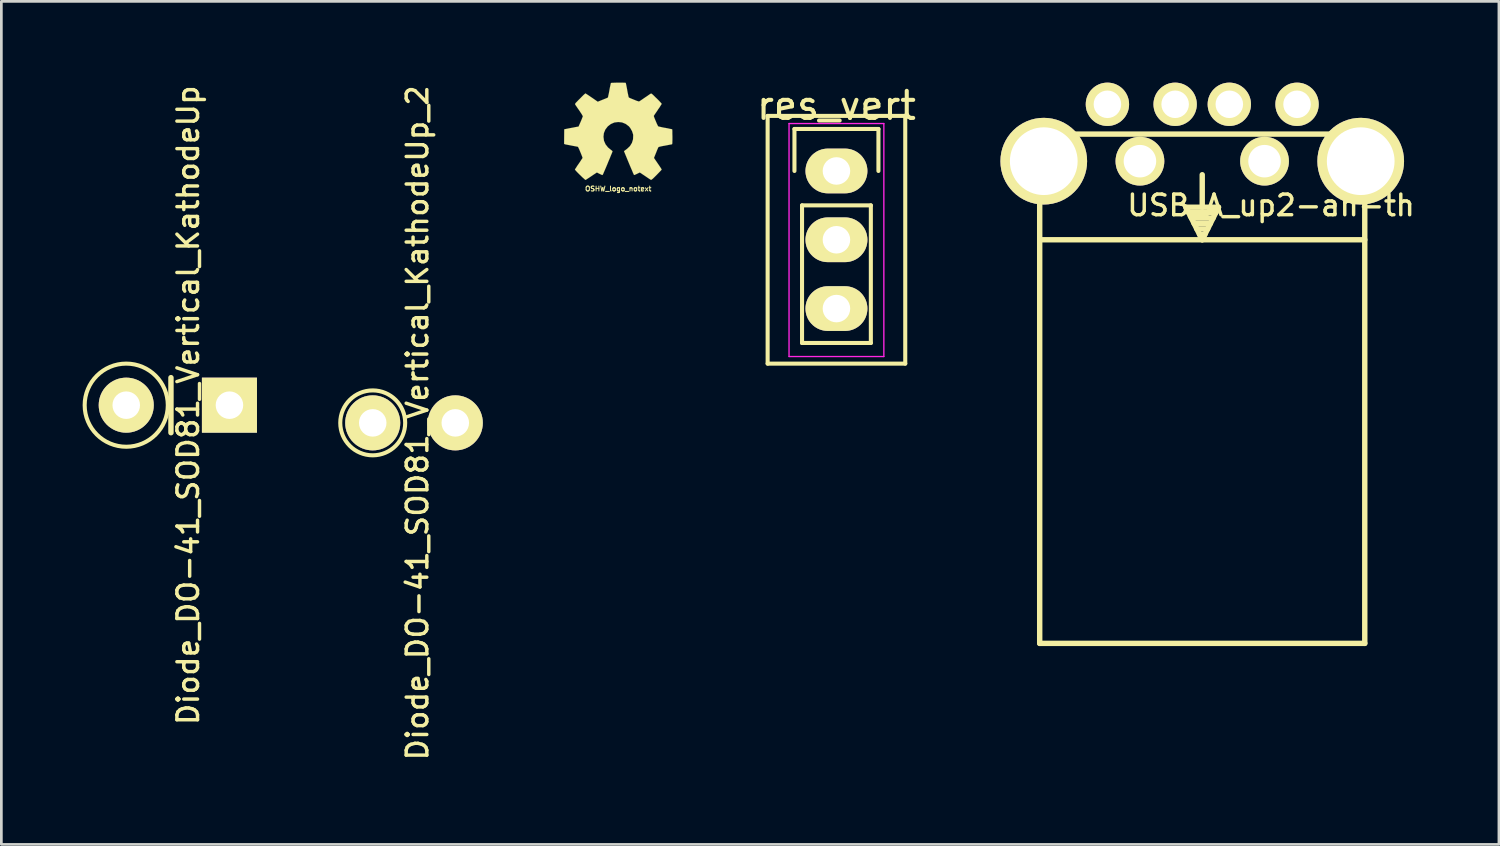
<source format=kicad_pcb>
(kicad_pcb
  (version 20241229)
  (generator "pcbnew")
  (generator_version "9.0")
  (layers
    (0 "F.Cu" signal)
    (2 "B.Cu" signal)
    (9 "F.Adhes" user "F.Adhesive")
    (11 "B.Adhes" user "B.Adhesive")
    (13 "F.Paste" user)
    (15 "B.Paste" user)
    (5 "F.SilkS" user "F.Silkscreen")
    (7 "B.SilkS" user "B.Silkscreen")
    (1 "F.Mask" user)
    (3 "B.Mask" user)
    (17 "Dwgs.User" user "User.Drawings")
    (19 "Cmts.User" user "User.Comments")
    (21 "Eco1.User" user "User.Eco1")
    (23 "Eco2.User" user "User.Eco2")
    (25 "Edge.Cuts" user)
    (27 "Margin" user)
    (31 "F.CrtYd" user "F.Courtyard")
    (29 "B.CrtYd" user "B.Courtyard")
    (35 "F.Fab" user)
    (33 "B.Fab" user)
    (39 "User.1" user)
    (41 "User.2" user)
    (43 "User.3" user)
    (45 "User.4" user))
  (footprint "OSHW_logo_notext"
    (layer "F.Cu")
    (at 19.773 1.797)
    (property "Reference" "OSHW_logo_notext" (at 0 2.121 0) (layer "F.SilkS") (effects (font (size 0.18 0.18) (thickness 0.036))))
    (attr through_hole)
    (fp_poly (pts (xy -1.212 1.796) (xy -1.191 1.786) (xy -1.143 1.755) (xy -1.077 1.712) (xy -0.998 1.659) (xy -0.919 1.605) (xy -0.853 1.562) (xy -0.808 1.532) (xy -0.79 1.521) (xy -0.78 1.524) (xy -0.742 1.544) (xy -0.686 1.572) (xy -0.655 1.587) (xy -0.605 1.61) (xy -0.579 1.615) (xy -0.577 1.608) (xy -0.556 1.57) (xy -0.528 1.504) (xy -0.49 1.417) (xy -0.447 1.316) (xy -0.401 1.206) (xy -0.356 1.095) (xy -0.31 0.988) (xy -0.272 0.892) (xy -0.239 0.815) (xy -0.218 0.759) (xy -0.211 0.737) (xy -0.213 0.732) (xy -0.239 0.709) (xy -0.282 0.676) (xy -0.378 0.597) (xy -0.47 0.48) (xy -0.528 0.348) (xy -0.546 0.201) (xy -0.531 0.066) (xy -0.478 -0.064) (xy -0.386 -0.183) (xy -0.274 -0.269) (xy -0.145 -0.325) (xy 0 -0.343) (xy 0.14 -0.328) (xy 0.272 -0.274) (xy 0.391 -0.185) (xy 0.439 -0.127) (xy 0.508 -0.008) (xy 0.549 0.119) (xy 0.551 0.15) (xy 0.546 0.292) (xy 0.505 0.427) (xy 0.432 0.546) (xy 0.328 0.645) (xy 0.315 0.655) (xy 0.267 0.691) (xy 0.236 0.714) (xy 0.211 0.734) (xy 0.389 1.166) (xy 0.417 1.234) (xy 0.467 1.351) (xy 0.511 1.453) (xy 0.544 1.534) (xy 0.569 1.587) (xy 0.579 1.61) (xy 0.594 1.613) (xy 0.627 1.6) (xy 0.688 1.572) (xy 0.729 1.552) (xy 0.775 1.529) (xy 0.795 1.521) (xy 0.813 1.532) (xy 0.856 1.56) (xy 0.919 1.603) (xy 0.996 1.654) (xy 1.069 1.704) (xy 1.138 1.75) (xy 1.186 1.781) (xy 1.212 1.793) (xy 1.214 1.793) (xy 1.234 1.781) (xy 1.275 1.75) (xy 1.333 1.694) (xy 1.415 1.613) (xy 1.427 1.6) (xy 1.496 1.529) (xy 1.552 1.471) (xy 1.59 1.43) (xy 1.603 1.412) (xy 1.59 1.387) (xy 1.56 1.339) (xy 1.514 1.27) (xy 1.46 1.191) (xy 1.318 0.983) (xy 1.397 0.787) (xy 1.42 0.729) (xy 1.45 0.655) (xy 1.473 0.605) (xy 1.486 0.582) (xy 1.506 0.574) (xy 1.56 0.561) (xy 1.638 0.544) (xy 1.73 0.528) (xy 1.819 0.511) (xy 1.897 0.495) (xy 1.956 0.485) (xy 1.981 0.48) (xy 1.986 0.475) (xy 1.991 0.462) (xy 1.996 0.437) (xy 1.996 0.389) (xy 1.999 0.312) (xy 1.999 0.201) (xy 1.999 0.191) (xy 1.996 0.084) (xy 1.996 0) (xy 1.994 -0.053) (xy 1.989 -0.074) (xy 1.963 -0.081) (xy 1.908 -0.091) (xy 1.829 -0.109) (xy 1.732 -0.127) (xy 1.727 -0.127) (xy 1.633 -0.145) (xy 1.554 -0.163) (xy 1.499 -0.175) (xy 1.476 -0.183) (xy 1.471 -0.188) (xy 1.45 -0.226) (xy 1.422 -0.284) (xy 1.392 -0.356) (xy 1.361 -0.429) (xy 1.333 -0.498) (xy 1.316 -0.546) (xy 1.311 -0.569) (xy 1.326 -0.592) (xy 1.359 -0.643) (xy 1.405 -0.709) (xy 1.46 -0.79) (xy 1.463 -0.798) (xy 1.519 -0.876) (xy 1.562 -0.945) (xy 1.593 -0.993) (xy 1.603 -1.013) (xy 1.603 -1.016) (xy 1.585 -1.039) (xy 1.544 -1.085) (xy 1.486 -1.146) (xy 1.415 -1.217) (xy 1.392 -1.237) (xy 1.316 -1.313) (xy 1.262 -1.364) (xy 1.227 -1.389) (xy 1.212 -1.397) (xy 1.212 -1.394) (xy 1.186 -1.382) (xy 1.135 -1.349) (xy 1.067 -1.3) (xy 0.986 -1.247) (xy 0.98 -1.242) (xy 0.902 -1.189) (xy 0.836 -1.143) (xy 0.787 -1.113) (xy 0.767 -1.1) (xy 0.762 -1.1) (xy 0.732 -1.11) (xy 0.673 -1.128) (xy 0.605 -1.156) (xy 0.531 -1.186) (xy 0.462 -1.214) (xy 0.411 -1.237) (xy 0.389 -1.25) (xy 0.389 -1.252) (xy 0.378 -1.28) (xy 0.366 -1.341) (xy 0.348 -1.422) (xy 0.33 -1.521) (xy 0.328 -1.537) (xy 0.31 -1.631) (xy 0.295 -1.709) (xy 0.282 -1.765) (xy 0.277 -1.788) (xy 0.264 -1.791) (xy 0.216 -1.793) (xy 0.145 -1.796) (xy 0.058 -1.796) (xy -0.03 -1.796) (xy -0.117 -1.793) (xy -0.193 -1.791) (xy -0.246 -1.788) (xy -0.269 -1.783) (xy -0.272 -1.781) (xy -0.279 -1.753) (xy -0.292 -1.692) (xy -0.31 -1.61) (xy -0.328 -1.511) (xy -0.33 -1.494) (xy -0.348 -1.4) (xy -0.366 -1.321) (xy -0.376 -1.267) (xy -0.384 -1.247) (xy -0.391 -1.242) (xy -0.429 -1.224) (xy -0.493 -1.199) (xy -0.574 -1.166) (xy -0.757 -1.092) (xy -0.98 -1.247) (xy -1.001 -1.26) (xy -1.082 -1.316) (xy -1.148 -1.359) (xy -1.194 -1.389) (xy -1.214 -1.4) (xy -1.237 -1.379) (xy -1.283 -1.339) (xy -1.344 -1.278) (xy -1.412 -1.209) (xy -1.466 -1.156) (xy -1.527 -1.092) (xy -1.567 -1.052) (xy -1.587 -1.024) (xy -1.595 -1.006) (xy -1.593 -0.996) (xy -1.58 -0.973) (xy -1.547 -0.925) (xy -1.501 -0.856) (xy -1.445 -0.777) (xy -1.4 -0.709) (xy -1.351 -0.635) (xy -1.321 -0.582) (xy -1.308 -0.554) (xy -1.311 -0.544) (xy -1.328 -0.5) (xy -1.354 -0.432) (xy -1.387 -0.353) (xy -1.466 -0.175) (xy -1.582 -0.155) (xy -1.654 -0.14) (xy -1.753 -0.122) (xy -1.847 -0.104) (xy -1.994 -0.074) (xy -1.999 0.465) (xy -1.976 0.475) (xy -1.953 0.483) (xy -1.9 0.493) (xy -1.821 0.508) (xy -1.73 0.526) (xy -1.651 0.541) (xy -1.572 0.556) (xy -1.516 0.566) (xy -1.491 0.572) (xy -1.483 0.582) (xy -1.463 0.62) (xy -1.435 0.681) (xy -1.405 0.754) (xy -1.374 0.828) (xy -1.346 0.899) (xy -1.326 0.953) (xy -1.318 0.98) (xy -1.328 1.001) (xy -1.359 1.046) (xy -1.402 1.113) (xy -1.455 1.191) (xy -1.511 1.27) (xy -1.554 1.339) (xy -1.587 1.387) (xy -1.6 1.407) (xy -1.593 1.422) (xy -1.562 1.46) (xy -1.504 1.521) (xy -1.415 1.61) (xy -1.4 1.623) (xy -1.331 1.692) (xy -1.27 1.745) (xy -1.229 1.783) (xy -1.212 1.796)) (stroke (width 0.003) (type solid)) (fill yes) (layer "F.SilkS")))
  (footprint "Diode_DO-41_SOD81_Vertical_KathodeUp"
    (layer "F.Cu")
    (at 3.515 11.907)
    (property "Reference" "Diode_DO-41_SOD81_Vertical_KathodeUp" (at 0.381 0 90) (layer "F.SilkS") (effects (font (size 0.762 0.762) (thickness 0.127))))
    (attr through_hole)
    (fp_line (start -0.254 -1.016) (end -0.254 1.016) (stroke (width 0.2) (type solid)) (layer "F.SilkS"))
    (fp_circle (center -1.905 0) (end -0.508 0.635) (stroke (width 0.15) (type solid)) (fill no) (layer "F.SilkS"))
    (pad "1" thru_hole circle (at -1.905 0) (size 2.032 2.032) (drill 1.016) (layers "*.Cu" "*.Mask" "F.SilkS"))
    (pad "2" thru_hole rect (at 1.905 0) (size 2.032 2.032) (drill 1.016) (layers "*.Cu" "*.Mask" "F.SilkS")))
  (footprint "res_vert"
    (layer "F.Cu")
    (at 27.827 5.801)
    (property "Reference" "res_vert" (at 0 -4.953 0) (layer "F.SilkS") (effects (font (size 1 1) (thickness 0.15))))
    (attr through_hole)
    (fp_line (start -2.54 -4.572) (end 2.54 -4.572) (stroke (width 0.15) (type solid)) (layer "F.SilkS"))
    (fp_line (start -2.54 4.572) (end -2.54 -4.572) (stroke (width 0.15) (type solid)) (layer "F.SilkS"))
    (fp_line (start -1.55 -4.09) (end 1.55 -4.09) (stroke (width 0.15) (type solid)) (layer "F.SilkS"))
    (fp_line (start -1.55 -2.54) (end -1.55 -4.09) (stroke (width 0.15) (type solid)) (layer "F.SilkS"))
    (fp_line (start -1.27 -1.27) (end -1.27 3.81) (stroke (width 0.15) (type solid)) (layer "F.SilkS"))
    (fp_line (start -1.27 3.81) (end 1.27 3.81) (stroke (width 0.15) (type solid)) (layer "F.SilkS"))
    (fp_line (start 1.27 -1.27) (end -1.27 -1.27) (stroke (width 0.15) (type solid)) (layer "F.SilkS"))
    (fp_line (start 1.27 3.81) (end 1.27 -1.27) (stroke (width 0.15) (type solid)) (layer "F.SilkS"))
    (fp_line (start 1.55 -4.09) (end 1.55 -2.54) (stroke (width 0.15) (type solid)) (layer "F.SilkS"))
    (fp_line (start 2.54 -4.572) (end 2.54 4.572) (stroke (width 0.15) (type solid)) (layer "F.SilkS"))
    (fp_line (start 2.54 4.572) (end -2.54 4.572) (stroke (width 0.15) (type solid)) (layer "F.SilkS"))
    (fp_line (start -1.75 -4.29) (end -1.75 4.31) (stroke (width 0.05) (type solid)) (layer "F.CrtYd"))
    (fp_line (start -1.75 -4.29) (end 1.75 -4.29) (stroke (width 0.05) (type solid)) (layer "F.CrtYd"))
    (fp_line (start -1.75 4.31) (end 1.75 4.31) (stroke (width 0.05) (type solid)) (layer "F.CrtYd"))
    (fp_line (start 1.75 -4.29) (end 1.75 4.31) (stroke (width 0.05) (type solid)) (layer "F.CrtYd"))
    (pad "1" thru_hole oval (at 0 -2.54) (size 2.286 1.651) (drill 1.016) (layers "*.Cu" "*.Mask" "F.SilkS"))
    (pad "2" thru_hole oval (at 0 0) (size 2.286 1.651) (drill 1.016) (layers "*.Cu" "*.Mask" "F.SilkS"))
    (pad "3" thru_hole oval (at 0 2.54) (size 2.286 1.651) (drill 1.016) (layers "*.Cu" "*.Mask" "F.SilkS")))
  (footprint "Diode_DO-41_SOD81_Vertical_KathodeUp_2"
    (layer "F.Cu")
    (at 12.233 12.56)
    (property "Reference" "Diode_DO-41_SOD81_Vertical_KathodeUp_2" (at 0.127 0 90) (layer "F.SilkS") (effects (font (size 0.762 0.762) (thickness 0.127))))
    (attr through_hole)
    (fp_circle (center -1.524 0) (end -0.508 0.635) (stroke (width 0.15) (type solid)) (fill no) (layer "F.SilkS"))
    (pad "1" thru_hole circle (at -1.524 0) (size 2.032 2.032) (drill 1.016) (layers "*.Cu" "*.Mask" "F.SilkS"))
    (pad "2" thru_hole circle (at 1.524 0) (size 2.032 2.032) (drill 1.016) (layers "*.Cu" "*.Mask" "F.SilkS")))
  (footprint "USB_A_up2-ah-th"
    (layer "F.Cu")
    (at 41.33 5.8)
    (property "Reference" "USB_A_up2-ah-th" (at 2.54 -1.27 180) (layer "F.SilkS") (effects (font (size 0.762 0.762) (thickness 0.127))))
    (attr through_hole)
    (fp_line (start -6 -3.9) (end -6 -2.9) (stroke (width 0.2) (type solid)) (layer "F.SilkS"))
    (fp_line (start -6 -2.9) (end -6 14.9) (stroke (width 0.2) (type solid)) (layer "F.SilkS"))
    (fp_line (start -6 14.9) (end 6 14.9) (stroke (width 0.2) (type solid)) (layer "F.SilkS"))
    (fp_line (start -0.6 -1.2) (end 0.6 -1.2) (stroke (width 0.2) (type solid)) (layer "F.SilkS"))
    (fp_line (start -0.4 -0.8) (end 0.4 -0.8) (stroke (width 0.2) (type solid)) (layer "F.SilkS"))
    (fp_line (start -0.2 -0.4) (end 0.2 -0.4) (stroke (width 0.2) (type solid)) (layer "F.SilkS"))
    (fp_line (start 0 -1.2) (end 0 -2.4) (stroke (width 0.2) (type solid)) (layer "F.SilkS"))
    (fp_line (start 0 0) (end -0.6 -1.2) (stroke (width 0.2) (type solid)) (layer "F.SilkS"))
    (fp_line (start 0.1 -0.2) (end -0.1 -0.2) (stroke (width 0.2) (type solid)) (layer "F.SilkS"))
    (fp_line (start 0.3 -0.6) (end -0.3 -0.6) (stroke (width 0.2) (type solid)) (layer "F.SilkS"))
    (fp_line (start 0.5 -1) (end -0.5 -1) (stroke (width 0.2) (type solid)) (layer "F.SilkS"))
    (fp_line (start 0.6 -1.2) (end 0 0) (stroke (width 0.2) (type solid)) (layer "F.SilkS"))
    (fp_line (start 6 -3.9) (end -6 -3.9) (stroke (width 0.2) (type solid)) (layer "F.SilkS"))
    (fp_line (start 6 -2.9) (end 6 -3.9) (stroke (width 0.2) (type solid)) (layer "F.SilkS"))
    (fp_line (start 6 0) (end -6 0) (stroke (width 0.2) (type solid)) (layer "F.SilkS"))
    (fp_line (start 6 14.9) (end 6 -2.9) (stroke (width 0.2) (type solid)) (layer "F.SilkS"))
    (pad "1" thru_hole circle (at -3.5 -5 270) (size 1.6 1.6) (drill 1.016) (layers "*.Cu" "*.Mask" "F.SilkS"))
    (pad "2" thru_hole circle (at -1 -5 270) (size 1.6 1.6) (drill 1.016) (layers "*.Cu" "*.Mask" "F.SilkS"))
    (pad "3" thru_hole circle (at 1 -5 270) (size 1.6 1.6) (drill 1.016) (layers "*.Cu" "*.Mask" "F.SilkS"))
    (pad "4" thru_hole circle (at 3.5 -5 270) (size 1.6 1.6) (drill 1.016) (layers "*.Cu" "*.Mask" "F.SilkS"))
    (pad "5" thru_hole circle (at -5.85 -2.9 270) (size 3.2 3.2) (drill 2.5) (layers "*.Cu" "*.Mask" "F.SilkS"))
    (pad "5" thru_hole circle (at -2.3 -2.9 270) (size 1.8 1.8) (drill 1.2) (layers "*.Cu" "*.Mask" "F.SilkS"))
    (pad "5" thru_hole circle (at 2.3 -2.9 270) (size 1.8 1.8) (drill 1.2) (layers "*.Cu" "*.Mask" "F.SilkS"))
    (pad "5" thru_hole circle (at 5.85 -2.9 270) (size 3.2 3.2) (drill 2.5) (layers "*.Cu" "*.Mask" "F.SilkS")))
  (gr_rect
    (start -3 -3)
    (end 52.282 28.121)
    (stroke (width 0.1) (type default))
    (fill no)
    (layer "Edge.Cuts")))
</source>
